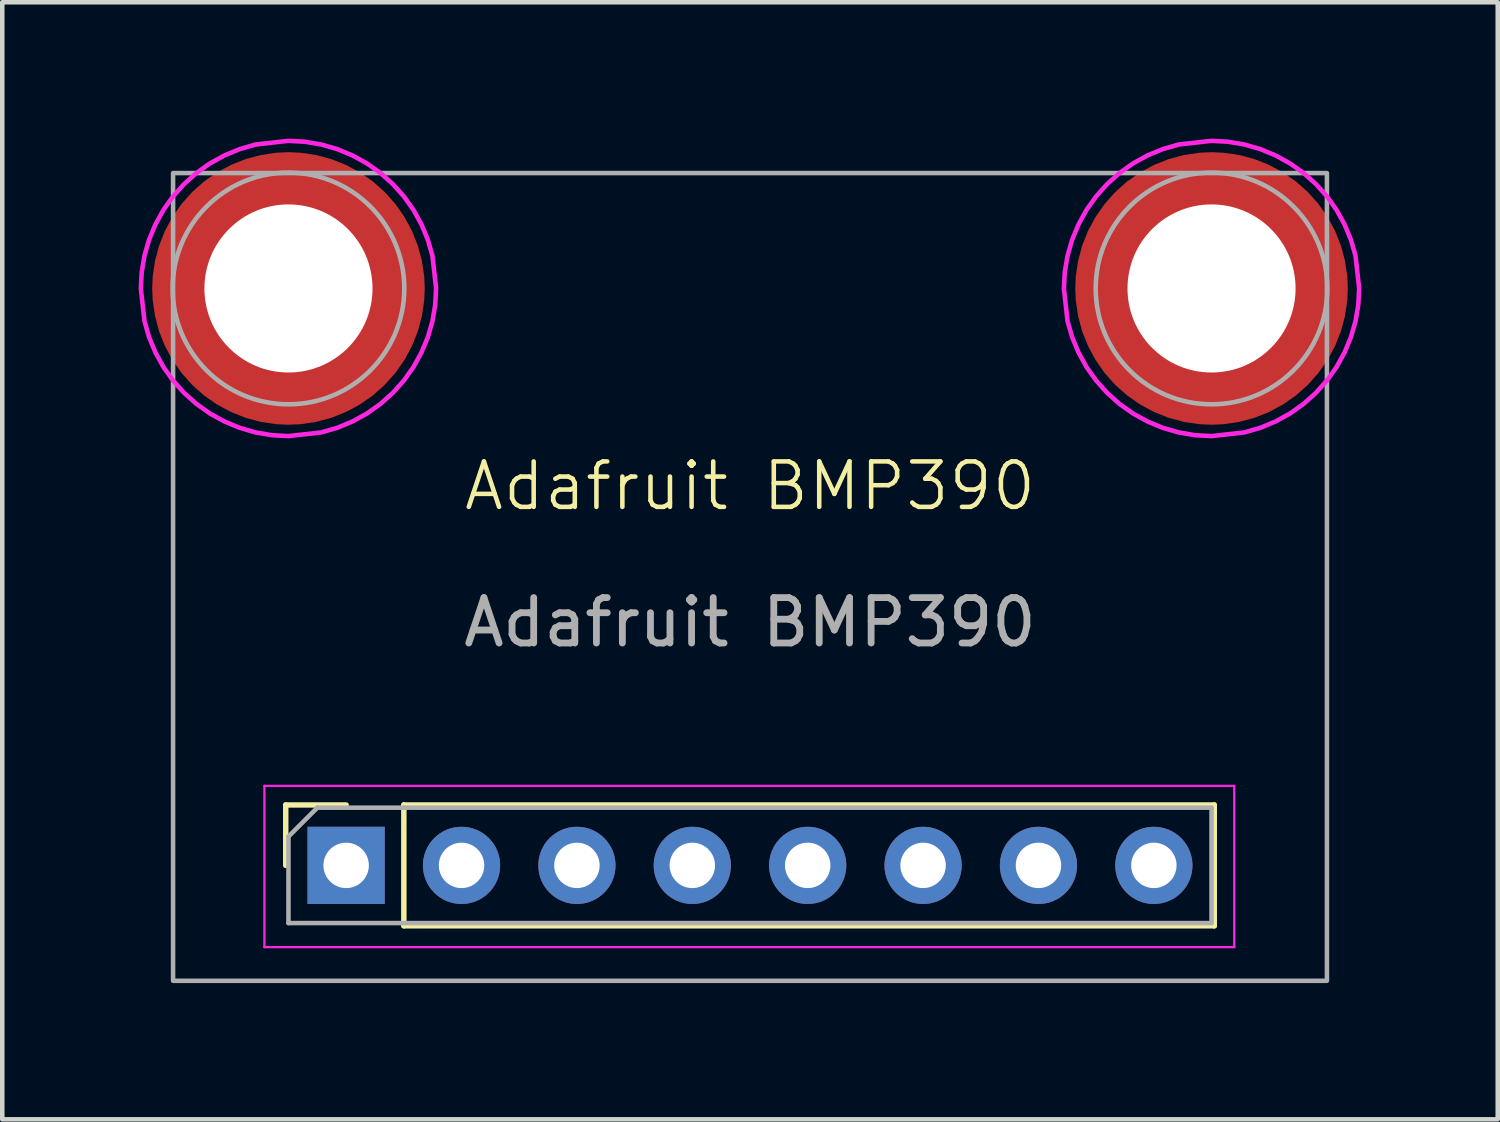
<source format=kicad_pcb>
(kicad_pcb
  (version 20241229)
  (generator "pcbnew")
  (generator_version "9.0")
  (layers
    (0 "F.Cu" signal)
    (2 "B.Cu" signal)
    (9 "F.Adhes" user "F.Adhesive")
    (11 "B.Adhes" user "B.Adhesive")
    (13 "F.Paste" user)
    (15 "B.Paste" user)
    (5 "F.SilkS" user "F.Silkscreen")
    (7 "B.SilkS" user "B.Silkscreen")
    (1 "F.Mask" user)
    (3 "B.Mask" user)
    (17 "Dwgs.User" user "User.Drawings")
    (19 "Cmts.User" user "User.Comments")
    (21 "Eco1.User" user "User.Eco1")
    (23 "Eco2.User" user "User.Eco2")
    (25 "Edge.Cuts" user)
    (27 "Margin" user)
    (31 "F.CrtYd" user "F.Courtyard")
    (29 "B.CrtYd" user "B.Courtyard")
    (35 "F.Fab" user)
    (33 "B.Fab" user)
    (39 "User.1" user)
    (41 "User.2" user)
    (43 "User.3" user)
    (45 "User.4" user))
  (footprint "Adafruit BMP390"
    (layer "F.Cu")
    (at 13.46 9.65)
    (property "Reference" "Adafruit BMP390" (at 0 -2 0) (unlocked yes) (layer "F.SilkS") (effects (font (size 1 1) (thickness 0.1))))
    (attr through_hole)
    (fp_line (start -10.22 5.02) (end -8.89 5.02) (stroke (width 0.12) (type solid)) (layer "F.SilkS"))
    (fp_line (start -10.22 6.35) (end -10.22 5.02) (stroke (width 0.12) (type solid)) (layer "F.SilkS"))
    (fp_line (start -7.62 5.02) (end 10.22 5.02) (stroke (width 0.12) (type solid)) (layer "F.SilkS"))
    (fp_line (start -7.62 7.68) (end -7.62 5.02) (stroke (width 0.12) (type solid)) (layer "F.SilkS"))
    (fp_line (start -7.62 7.68) (end 10.22 7.68) (stroke (width 0.12) (type solid)) (layer "F.SilkS"))
    (fp_line (start 10.22 7.68) (end 10.22 5.02) (stroke (width 0.12) (type solid)) (layer "F.SilkS"))
    (fp_poly (pts (xy -12.025 -6.015) (xy -12.02 -5.981) (xy -12.005 -5.916) (xy -11.975 -5.801) (xy -11.95 -5.727) (xy -11.915 -5.637) (xy -11.895 -5.587) (xy -11.851 -5.492) (xy -11.811 -5.417) (xy -11.741 -5.303) (xy -11.696 -5.238) (xy -11.661 -5.193) (xy -11.601 -5.118) (xy -11.551 -5.063) (xy -11.511 -5.019) (xy -11.472 -4.984) (xy -11.392 -4.909) (xy -11.337 -4.864) (xy -11.292 -4.829) (xy -11.237 -4.789) (xy -11.182 -4.754) (xy -11.117 -4.714) (xy -11.048 -4.674) (xy -10.968 -4.635) (xy -10.888 -4.6) (xy -10.803 -4.565) (xy -10.729 -4.54) (xy -10.654 -4.52) (xy -10.574 -4.5) (xy -10.524 -4.49) (xy -10.5 -4.485) (xy -10.48 -4.485) (xy -10.48 -3.439) (xy -10.511 -3.445) (xy -10.581 -3.455) (xy -10.671 -3.47) (xy -10.751 -3.485) (xy -10.826 -3.5) (xy -10.926 -3.525) (xy -11.011 -3.55) (xy -11.102 -3.58) (xy -11.172 -3.605) (xy -11.252 -3.635) (xy -11.337 -3.67) (xy -11.412 -3.705) (xy -11.532 -3.766) (xy -11.602 -3.806) (xy -11.673 -3.846) (xy -11.743 -3.891) (xy -11.783 -3.916) (xy -11.848 -3.961) (xy -11.898 -3.996) (xy -11.943 -4.031) (xy -12.008 -4.081) (xy -12.073 -4.136) (xy -12.113 -4.171) (xy -12.178 -4.231) (xy -12.239 -4.291) (xy -12.289 -4.342) (xy -12.329 -4.387) (xy -12.369 -4.432) (xy -12.424 -4.497) (xy -12.464 -4.547) (xy -12.509 -4.607) (xy -12.559 -4.677) (xy -12.604 -4.742) (xy -12.654 -4.822) (xy -12.689 -4.877) (xy -12.734 -4.963) (xy -12.774 -5.033) (xy -12.815 -5.118) (xy -12.845 -5.188) (xy -12.89 -5.293) (xy -12.925 -5.393) (xy -12.95 -5.468) (xy -12.975 -5.549) (xy -13.005 -5.669) (xy -13.025 -5.754) (xy -13.04 -5.834) (xy -13.055 -5.919) (xy -13.065 -6) (xy -13.065 -6.03) (xy -12.025 -6.03)) (stroke (width 0) (type default)) (fill yes) (layer "F.Paste"))
    (fp_poly (pts (xy -10.48 -8.215) (xy -10.495 -8.215) (xy -10.529 -8.21) (xy -10.594 -8.195) (xy -10.709 -8.165) (xy -10.783 -8.14) (xy -10.873 -8.105) (xy -10.923 -8.085) (xy -11.018 -8.041) (xy -11.093 -8.001) (xy -11.207 -7.931) (xy -11.272 -7.886) (xy -11.317 -7.851) (xy -11.392 -7.791) (xy -11.447 -7.741) (xy -11.491 -7.701) (xy -11.526 -7.662) (xy -11.601 -7.582) (xy -11.646 -7.527) (xy -11.681 -7.482) (xy -11.721 -7.427) (xy -11.756 -7.372) (xy -11.796 -7.307) (xy -11.836 -7.238) (xy -11.875 -7.158) (xy -11.91 -7.078) (xy -11.945 -6.993) (xy -11.97 -6.919) (xy -11.99 -6.844) (xy -12.01 -6.764) (xy -12.02 -6.714) (xy -12.025 -6.69) (xy -12.025 -6.67) (xy -13.071 -6.67) (xy -13.065 -6.701) (xy -13.055 -6.771) (xy -13.04 -6.861) (xy -13.025 -6.941) (xy -13.01 -7.016) (xy -12.985 -7.116) (xy -12.96 -7.201) (xy -12.93 -7.292) (xy -12.905 -7.362) (xy -12.875 -7.442) (xy -12.84 -7.527) (xy -12.805 -7.602) (xy -12.744 -7.722) (xy -12.704 -7.792) (xy -12.664 -7.863) (xy -12.619 -7.933) (xy -12.594 -7.973) (xy -12.549 -8.038) (xy -12.514 -8.088) (xy -12.479 -8.133) (xy -12.429 -8.198) (xy -12.374 -8.263) (xy -12.339 -8.303) (xy -12.279 -8.368) (xy -12.219 -8.429) (xy -12.168 -8.479) (xy -12.123 -8.519) (xy -12.078 -8.559) (xy -12.013 -8.614) (xy -11.963 -8.654) (xy -11.903 -8.699) (xy -11.833 -8.749) (xy -11.768 -8.794) (xy -11.688 -8.844) (xy -11.633 -8.879) (xy -11.547 -8.924) (xy -11.477 -8.964) (xy -11.392 -9.005) (xy -11.322 -9.035) (xy -11.217 -9.08) (xy -11.117 -9.115) (xy -11.042 -9.14) (xy -10.961 -9.165) (xy -10.841 -9.195) (xy -10.756 -9.215) (xy -10.676 -9.23) (xy -10.591 -9.245) (xy -10.51 -9.255) (xy -10.48 -9.255)) (stroke (width 0) (type default)) (fill yes) (layer "F.Paste"))
    (fp_poly (pts (xy -9.809 -9.255) (xy -9.739 -9.245) (xy -9.649 -9.23) (xy -9.569 -9.215) (xy -9.494 -9.2) (xy -9.394 -9.175) (xy -9.309 -9.15) (xy -9.218 -9.12) (xy -9.148 -9.095) (xy -9.068 -9.065) (xy -8.983 -9.03) (xy -8.908 -8.995) (xy -8.788 -8.934) (xy -8.718 -8.894) (xy -8.647 -8.854) (xy -8.577 -8.809) (xy -8.537 -8.784) (xy -8.472 -8.739) (xy -8.422 -8.704) (xy -8.377 -8.669) (xy -8.312 -8.619) (xy -8.247 -8.564) (xy -8.207 -8.529) (xy -8.142 -8.469) (xy -8.081 -8.409) (xy -8.031 -8.358) (xy -7.991 -8.313) (xy -7.951 -8.268) (xy -7.896 -8.203) (xy -7.856 -8.153) (xy -7.811 -8.093) (xy -7.761 -8.023) (xy -7.716 -7.958) (xy -7.666 -7.878) (xy -7.631 -7.823) (xy -7.586 -7.737) (xy -7.546 -7.667) (xy -7.505 -7.582) (xy -7.475 -7.512) (xy -7.43 -7.407) (xy -7.395 -7.307) (xy -7.37 -7.232) (xy -7.345 -7.151) (xy -7.315 -7.031) (xy -7.295 -6.946) (xy -7.28 -6.866) (xy -7.265 -6.781) (xy -7.255 -6.7) (xy -7.255 -6.67) (xy -8.295 -6.67) (xy -8.295 -6.685) (xy -8.3 -6.719) (xy -8.315 -6.784) (xy -8.345 -6.899) (xy -8.37 -6.973) (xy -8.405 -7.063) (xy -8.425 -7.113) (xy -8.469 -7.208) (xy -8.509 -7.283) (xy -8.579 -7.397) (xy -8.624 -7.462) (xy -8.659 -7.507) (xy -8.719 -7.582) (xy -8.769 -7.637) (xy -8.809 -7.681) (xy -8.848 -7.716) (xy -8.928 -7.791) (xy -8.983 -7.836) (xy -9.028 -7.871) (xy -9.083 -7.911) (xy -9.138 -7.946) (xy -9.203 -7.986) (xy -9.272 -8.026) (xy -9.352 -8.065) (xy -9.432 -8.1) (xy -9.517 -8.135) (xy -9.591 -8.16) (xy -9.666 -8.18) (xy -9.746 -8.2) (xy -9.796 -8.21) (xy -9.82 -8.215) (xy -9.84 -8.215) (xy -9.84 -9.261)) (stroke (width 0) (type default)) (fill yes) (layer "F.Paste"))
    (fp_poly (pts (xy -7.255 -5.999) (xy -7.265 -5.929) (xy -7.28 -5.839) (xy -7.295 -5.759) (xy -7.31 -5.684) (xy -7.335 -5.584) (xy -7.36 -5.499) (xy -7.39 -5.408) (xy -7.415 -5.338) (xy -7.445 -5.258) (xy -7.48 -5.173) (xy -7.515 -5.098) (xy -7.576 -4.978) (xy -7.616 -4.908) (xy -7.656 -4.837) (xy -7.701 -4.767) (xy -7.726 -4.727) (xy -7.771 -4.662) (xy -7.806 -4.612) (xy -7.841 -4.567) (xy -7.891 -4.502) (xy -7.946 -4.437) (xy -7.981 -4.397) (xy -8.041 -4.332) (xy -8.101 -4.271) (xy -8.152 -4.221) (xy -8.197 -4.181) (xy -8.242 -4.141) (xy -8.307 -4.086) (xy -8.357 -4.046) (xy -8.417 -4.001) (xy -8.487 -3.951) (xy -8.552 -3.906) (xy -8.632 -3.856) (xy -8.687 -3.821) (xy -8.773 -3.776) (xy -8.843 -3.736) (xy -8.928 -3.695) (xy -8.998 -3.665) (xy -9.103 -3.62) (xy -9.203 -3.585) (xy -9.278 -3.56) (xy -9.359 -3.535) (xy -9.479 -3.505) (xy -9.564 -3.485) (xy -9.644 -3.47) (xy -9.729 -3.455) (xy -9.81 -3.445) (xy -9.84 -3.445) (xy -9.84 -4.485) (xy -9.825 -4.485) (xy -9.791 -4.49) (xy -9.726 -4.505) (xy -9.611 -4.535) (xy -9.537 -4.56) (xy -9.447 -4.595) (xy -9.397 -4.615) (xy -9.302 -4.659) (xy -9.227 -4.699) (xy -9.113 -4.769) (xy -9.048 -4.814) (xy -9.003 -4.849) (xy -8.928 -4.909) (xy -8.873 -4.959) (xy -8.829 -4.999) (xy -8.794 -5.038) (xy -8.719 -5.118) (xy -8.674 -5.173) (xy -8.639 -5.218) (xy -8.599 -5.273) (xy -8.564 -5.328) (xy -8.524 -5.393) (xy -8.484 -5.462) (xy -8.445 -5.542) (xy -8.41 -5.622) (xy -8.375 -5.707) (xy -8.35 -5.781) (xy -8.33 -5.856) (xy -8.31 -5.936) (xy -8.3 -5.986) (xy -8.295 -6.01) (xy -8.295 -6.03) (xy -7.249 -6.03)) (stroke (width 0) (type default)) (fill yes) (layer "F.Paste"))
    (fp_poly (pts (xy 8.295 -6.015) (xy 8.3 -5.981) (xy 8.315 -5.916) (xy 8.345 -5.801) (xy 8.37 -5.727) (xy 8.405 -5.637) (xy 8.425 -5.587) (xy 8.469 -5.492) (xy 8.509 -5.417) (xy 8.579 -5.303) (xy 8.624 -5.238) (xy 8.659 -5.193) (xy 8.719 -5.118) (xy 8.769 -5.063) (xy 8.809 -5.019) (xy 8.848 -4.984) (xy 8.928 -4.909) (xy 8.983 -4.864) (xy 9.028 -4.829) (xy 9.083 -4.789) (xy 9.138 -4.754) (xy 9.203 -4.714) (xy 9.272 -4.674) (xy 9.352 -4.635) (xy 9.432 -4.6) (xy 9.517 -4.565) (xy 9.591 -4.54) (xy 9.666 -4.52) (xy 9.746 -4.5) (xy 9.796 -4.49) (xy 9.82 -4.485) (xy 9.84 -4.485) (xy 9.84 -3.439) (xy 9.809 -3.445) (xy 9.739 -3.455) (xy 9.649 -3.47) (xy 9.569 -3.485) (xy 9.494 -3.5) (xy 9.394 -3.525) (xy 9.309 -3.55) (xy 9.218 -3.58) (xy 9.148 -3.605) (xy 9.068 -3.635) (xy 8.983 -3.67) (xy 8.908 -3.705) (xy 8.788 -3.766) (xy 8.718 -3.806) (xy 8.647 -3.846) (xy 8.577 -3.891) (xy 8.537 -3.916) (xy 8.472 -3.961) (xy 8.422 -3.996) (xy 8.377 -4.031) (xy 8.312 -4.081) (xy 8.247 -4.136) (xy 8.207 -4.171) (xy 8.142 -4.231) (xy 8.081 -4.291) (xy 8.031 -4.342) (xy 7.991 -4.387) (xy 7.951 -4.432) (xy 7.896 -4.497) (xy 7.856 -4.547) (xy 7.811 -4.607) (xy 7.761 -4.677) (xy 7.716 -4.742) (xy 7.666 -4.822) (xy 7.631 -4.877) (xy 7.586 -4.963) (xy 7.546 -5.033) (xy 7.505 -5.118) (xy 7.475 -5.188) (xy 7.43 -5.293) (xy 7.395 -5.393) (xy 7.37 -5.468) (xy 7.345 -5.549) (xy 7.315 -5.669) (xy 7.295 -5.754) (xy 7.28 -5.834) (xy 7.265 -5.919) (xy 7.255 -6) (xy 7.255 -6.03) (xy 8.295 -6.03)) (stroke (width 0) (type default)) (fill yes) (layer "F.Paste"))
    (fp_poly (pts (xy 9.84 -8.215) (xy 9.825 -8.215) (xy 9.791 -8.21) (xy 9.726 -8.195) (xy 9.611 -8.165) (xy 9.537 -8.14) (xy 9.447 -8.105) (xy 9.397 -8.085) (xy 9.302 -8.041) (xy 9.227 -8.001) (xy 9.113 -7.931) (xy 9.048 -7.886) (xy 9.003 -7.851) (xy 8.928 -7.791) (xy 8.873 -7.741) (xy 8.829 -7.701) (xy 8.794 -7.662) (xy 8.719 -7.582) (xy 8.674 -7.527) (xy 8.639 -7.482) (xy 8.599 -7.427) (xy 8.564 -7.372) (xy 8.524 -7.307) (xy 8.484 -7.238) (xy 8.445 -7.158) (xy 8.41 -7.078) (xy 8.375 -6.993) (xy 8.35 -6.919) (xy 8.33 -6.844) (xy 8.31 -6.764) (xy 8.3 -6.714) (xy 8.295 -6.69) (xy 8.295 -6.67) (xy 7.249 -6.67) (xy 7.255 -6.701) (xy 7.265 -6.771) (xy 7.28 -6.861) (xy 7.295 -6.941) (xy 7.31 -7.016) (xy 7.335 -7.116) (xy 7.36 -7.201) (xy 7.39 -7.292) (xy 7.415 -7.362) (xy 7.445 -7.442) (xy 7.48 -7.527) (xy 7.515 -7.602) (xy 7.576 -7.722) (xy 7.616 -7.792) (xy 7.656 -7.863) (xy 7.701 -7.933) (xy 7.726 -7.973) (xy 7.771 -8.038) (xy 7.806 -8.088) (xy 7.841 -8.133) (xy 7.891 -8.198) (xy 7.946 -8.263) (xy 7.981 -8.303) (xy 8.041 -8.368) (xy 8.101 -8.429) (xy 8.152 -8.479) (xy 8.197 -8.519) (xy 8.242 -8.559) (xy 8.307 -8.614) (xy 8.357 -8.654) (xy 8.417 -8.699) (xy 8.487 -8.749) (xy 8.552 -8.794) (xy 8.632 -8.844) (xy 8.687 -8.879) (xy 8.773 -8.924) (xy 8.843 -8.964) (xy 8.928 -9.005) (xy 8.998 -9.035) (xy 9.103 -9.08) (xy 9.203 -9.115) (xy 9.278 -9.14) (xy 9.359 -9.165) (xy 9.479 -9.195) (xy 9.564 -9.215) (xy 9.644 -9.23) (xy 9.729 -9.245) (xy 9.81 -9.255) (xy 9.84 -9.255)) (stroke (width 0) (type default)) (fill yes) (layer "F.Paste"))
    (fp_poly (pts (xy 10.511 -9.255) (xy 10.581 -9.245) (xy 10.671 -9.23) (xy 10.751 -9.215) (xy 10.826 -9.2) (xy 10.926 -9.175) (xy 11.011 -9.15) (xy 11.102 -9.12) (xy 11.172 -9.095) (xy 11.252 -9.065) (xy 11.337 -9.03) (xy 11.412 -8.995) (xy 11.532 -8.934) (xy 11.602 -8.894) (xy 11.673 -8.854) (xy 11.743 -8.809) (xy 11.783 -8.784) (xy 11.848 -8.739) (xy 11.898 -8.704) (xy 11.943 -8.669) (xy 12.008 -8.619) (xy 12.073 -8.564) (xy 12.113 -8.529) (xy 12.178 -8.469) (xy 12.239 -8.409) (xy 12.289 -8.358) (xy 12.329 -8.313) (xy 12.369 -8.268) (xy 12.424 -8.203) (xy 12.464 -8.153) (xy 12.509 -8.093) (xy 12.559 -8.023) (xy 12.604 -7.958) (xy 12.654 -7.878) (xy 12.689 -7.823) (xy 12.734 -7.737) (xy 12.774 -7.667) (xy 12.815 -7.582) (xy 12.845 -7.512) (xy 12.89 -7.407) (xy 12.925 -7.307) (xy 12.95 -7.232) (xy 12.975 -7.151) (xy 13.005 -7.031) (xy 13.025 -6.946) (xy 13.04 -6.866) (xy 13.055 -6.781) (xy 13.065 -6.7) (xy 13.065 -6.67) (xy 12.025 -6.67) (xy 12.025 -6.685) (xy 12.02 -6.719) (xy 12.005 -6.784) (xy 11.975 -6.899) (xy 11.95 -6.973) (xy 11.915 -7.063) (xy 11.895 -7.113) (xy 11.851 -7.208) (xy 11.811 -7.283) (xy 11.741 -7.397) (xy 11.696 -7.462) (xy 11.661 -7.507) (xy 11.601 -7.582) (xy 11.551 -7.637) (xy 11.511 -7.681) (xy 11.472 -7.716) (xy 11.392 -7.791) (xy 11.337 -7.836) (xy 11.292 -7.871) (xy 11.237 -7.911) (xy 11.182 -7.946) (xy 11.117 -7.986) (xy 11.048 -8.026) (xy 10.968 -8.065) (xy 10.888 -8.1) (xy 10.803 -8.135) (xy 10.729 -8.16) (xy 10.654 -8.18) (xy 10.574 -8.2) (xy 10.524 -8.21) (xy 10.5 -8.215) (xy 10.48 -8.215) (xy 10.48 -9.261)) (stroke (width 0) (type default)) (fill yes) (layer "F.Paste"))
    (fp_poly (pts (xy 13.065 -5.999) (xy 13.055 -5.929) (xy 13.04 -5.839) (xy 13.025 -5.759) (xy 13.01 -5.684) (xy 12.985 -5.584) (xy 12.96 -5.499) (xy 12.93 -5.408) (xy 12.905 -5.338) (xy 12.875 -5.258) (xy 12.84 -5.173) (xy 12.805 -5.098) (xy 12.744 -4.978) (xy 12.704 -4.908) (xy 12.664 -4.837) (xy 12.619 -4.767) (xy 12.594 -4.727) (xy 12.549 -4.662) (xy 12.514 -4.612) (xy 12.479 -4.567) (xy 12.429 -4.502) (xy 12.374 -4.437) (xy 12.339 -4.397) (xy 12.279 -4.332) (xy 12.219 -4.271) (xy 12.168 -4.221) (xy 12.123 -4.181) (xy 12.078 -4.141) (xy 12.013 -4.086) (xy 11.963 -4.046) (xy 11.903 -4.001) (xy 11.833 -3.951) (xy 11.768 -3.906) (xy 11.688 -3.856) (xy 11.633 -3.821) (xy 11.547 -3.776) (xy 11.477 -3.736) (xy 11.392 -3.695) (xy 11.322 -3.665) (xy 11.217 -3.62) (xy 11.117 -3.585) (xy 11.042 -3.56) (xy 10.961 -3.535) (xy 10.841 -3.505) (xy 10.756 -3.485) (xy 10.676 -3.47) (xy 10.591 -3.455) (xy 10.51 -3.445) (xy 10.48 -3.445) (xy 10.48 -4.485) (xy 10.495 -4.485) (xy 10.529 -4.49) (xy 10.594 -4.505) (xy 10.709 -4.535) (xy 10.783 -4.56) (xy 10.873 -4.595) (xy 10.923 -4.615) (xy 11.018 -4.659) (xy 11.093 -4.699) (xy 11.207 -4.769) (xy 11.272 -4.814) (xy 11.317 -4.849) (xy 11.392 -4.909) (xy 11.447 -4.959) (xy 11.491 -4.999) (xy 11.526 -5.038) (xy 11.601 -5.118) (xy 11.646 -5.173) (xy 11.681 -5.218) (xy 11.721 -5.273) (xy 11.756 -5.328) (xy 11.796 -5.393) (xy 11.836 -5.462) (xy 11.875 -5.542) (xy 11.91 -5.622) (xy 11.945 -5.707) (xy 11.97 -5.781) (xy 11.99 -5.856) (xy 12.01 -5.936) (xy 12.02 -5.986) (xy 12.025 -6.01) (xy 12.025 -6.03) (xy 13.071 -6.03)) (stroke (width 0) (type default)) (fill yes) (layer "F.Paste"))
    (fp_line (start -10.69 4.6) (end 10.66 4.6) (stroke (width 0.05) (type solid)) (layer "F.CrtYd"))
    (fp_line (start -10.69 8.15) (end -10.69 4.6) (stroke (width 0.05) (type solid)) (layer "F.CrtYd"))
    (fp_line (start 10.66 4.6) (end 10.66 8.15) (stroke (width 0.05) (type solid)) (layer "F.CrtYd"))
    (fp_line (start 10.66 8.15) (end -10.69 8.15) (stroke (width 0.05) (type solid)) (layer "F.CrtYd"))
    (fp_poly (pts (xy -9.796 -9.58) (xy -9.437 -9.519) (xy -9.087 -9.418) (xy -8.75 -9.278) (xy -8.431 -9.102) (xy -8.134 -8.891) (xy -7.862 -8.648) (xy -7.619 -8.376) (xy -7.408 -8.079) (xy -7.232 -7.76) (xy -7.092 -7.423) (xy -6.991 -7.072) (xy -6.91 -6.351) (xy -6.93 -5.986) (xy -6.991 -5.627) (xy -7.092 -5.277) (xy -7.232 -4.94) (xy -7.408 -4.621) (xy -7.619 -4.324) (xy -7.862 -4.052) (xy -8.134 -3.809) (xy -8.431 -3.598) (xy -8.75 -3.422) (xy -9.087 -3.282) (xy -9.438 -3.181) (xy -10.159 -3.1) (xy -10.524 -3.12) (xy -10.883 -3.181) (xy -11.233 -3.282) (xy -11.57 -3.422) (xy -11.889 -3.598) (xy -12.186 -3.809) (xy -12.458 -4.052) (xy -12.701 -4.324) (xy -12.912 -4.621) (xy -13.088 -4.94) (xy -13.228 -5.277) (xy -13.329 -5.628) (xy -13.41 -6.349) (xy -13.39 -6.714) (xy -13.329 -7.073) (xy -13.228 -7.423) (xy -13.088 -7.76) (xy -12.912 -8.079) (xy -12.701 -8.376) (xy -12.458 -8.648) (xy -12.186 -8.891) (xy -11.889 -9.102) (xy -11.57 -9.278) (xy -11.233 -9.418) (xy -10.882 -9.519) (xy -10.161 -9.6)) (stroke (width 0.1) (type default)) (fill no) (layer "F.CrtYd"))
    (fp_poly (pts (xy 10.524 -9.58) (xy 10.883 -9.519) (xy 11.233 -9.418) (xy 11.57 -9.278) (xy 11.889 -9.102) (xy 12.186 -8.891) (xy 12.458 -8.648) (xy 12.701 -8.376) (xy 12.912 -8.079) (xy 13.088 -7.76) (xy 13.228 -7.423) (xy 13.329 -7.072) (xy 13.41 -6.351) (xy 13.39 -5.986) (xy 13.329 -5.627) (xy 13.228 -5.277) (xy 13.088 -4.94) (xy 12.912 -4.621) (xy 12.701 -4.324) (xy 12.458 -4.052) (xy 12.186 -3.809) (xy 11.889 -3.598) (xy 11.57 -3.422) (xy 11.233 -3.282) (xy 10.882 -3.181) (xy 10.161 -3.1) (xy 9.796 -3.12) (xy 9.437 -3.181) (xy 9.087 -3.282) (xy 8.75 -3.422) (xy 8.431 -3.598) (xy 8.134 -3.809) (xy 7.862 -4.052) (xy 7.619 -4.324) (xy 7.408 -4.621) (xy 7.232 -4.94) (xy 7.092 -5.277) (xy 6.991 -5.628) (xy 6.91 -6.349) (xy 6.93 -6.714) (xy 6.991 -7.073) (xy 7.092 -7.423) (xy 7.232 -7.76) (xy 7.408 -8.079) (xy 7.619 -8.376) (xy 7.862 -8.648) (xy 8.134 -8.891) (xy 8.431 -9.102) (xy 8.75 -9.278) (xy 9.087 -9.418) (xy 9.438 -9.519) (xy 10.159 -9.6)) (stroke (width 0.1) (type default)) (fill no) (layer "F.CrtYd"))
    (fp_line (start -10.16 5.715) (end -9.525 5.08) (stroke (width 0.1) (type solid)) (layer "F.Fab"))
    (fp_line (start -10.16 7.62) (end -10.16 5.715) (stroke (width 0.1) (type solid)) (layer "F.Fab"))
    (fp_line (start -9.525 5.08) (end 10.16 5.08) (stroke (width 0.1) (type solid)) (layer "F.Fab"))
    (fp_line (start 10.16 5.08) (end 10.16 7.62) (stroke (width 0.1) (type solid)) (layer "F.Fab"))
    (fp_line (start 10.16 7.62) (end -10.16 7.62) (stroke (width 0.1) (type solid)) (layer "F.Fab"))
    (fp_rect (start -12.7 -8.89) (end 12.7 8.89) (stroke (width 0.1) (type default)) (fill no) (layer "F.Fab"))
    (fp_circle (center -10.16 -6.35) (end -7.61 -6.35) (stroke (width 0.1) (type solid)) (fill no) (layer "F.Fab"))
    (fp_circle (center 10.16 -6.35) (end 12.71 -6.35) (stroke (width 0.1) (type solid)) (fill no) (layer "F.Fab"))
    (fp_text user "${REFERENCE}" (at 0 1 0) (unlocked yes) (layer "F.Fab") (effects (font (size 1 1) (thickness 0.15))))
    (pad "" np_thru_hole circle (at -10.16 -6.35) (size 3.7 3.7) (drill 3.7) (layers "*.Cu" "*.Mask"))
    (pad "" np_thru_hole circle (at 10.16 -6.35) (size 3.7 3.7) (drill 3.7) (layers "*.Cu" "*.Mask"))
    (pad "1" thru_hole rect (at -8.89 6.35 90) (size 1.7 1.7) (drill 1) (layers "*.Cu" "*.Mask"))
    (pad "2" thru_hole oval (at -6.35 6.35 90) (size 1.7 1.7) (drill 1) (layers "*.Cu" "*.Mask"))
    (pad "3" smd roundrect (at -10.16 -6.35) (size 6 6) (layers "F.Cu" "F.Mask") (roundrect_rratio 0.5))
    (pad "3" thru_hole oval (at -3.81 6.35 90) (size 1.7 1.7) (drill 1) (layers "*.Cu" "*.Mask"))
    (pad "3" smd roundrect (at 10.16 -6.35) (size 6 6) (layers "F.Cu" "F.Mask") (roundrect_rratio 0.5))
    (pad "4" thru_hole oval (at -1.27 6.35 90) (size 1.7 1.7) (drill 1) (layers "*.Cu" "*.Mask"))
    (pad "5" thru_hole oval (at 1.27 6.35 90) (size 1.7 1.7) (drill 1) (layers "*.Cu" "*.Mask"))
    (pad "6" thru_hole oval (at 3.81 6.35 90) (size 1.7 1.7) (drill 1) (layers "*.Cu" "*.Mask"))
    (pad "7" thru_hole oval (at 6.35 6.35 90) (size 1.7 1.7) (drill 1) (layers "*.Cu" "*.Mask"))
    (pad "8" thru_hole oval (at 8.89 6.35 90) (size 1.7 1.7) (drill 1) (layers "*.Cu" "*.Mask")))
  (gr_rect
    (start -3 -3)
    (end 29.92 21.59)
    (stroke (width 0.1) (type default))
    (fill no)
    (layer "Edge.Cuts")))
</source>
